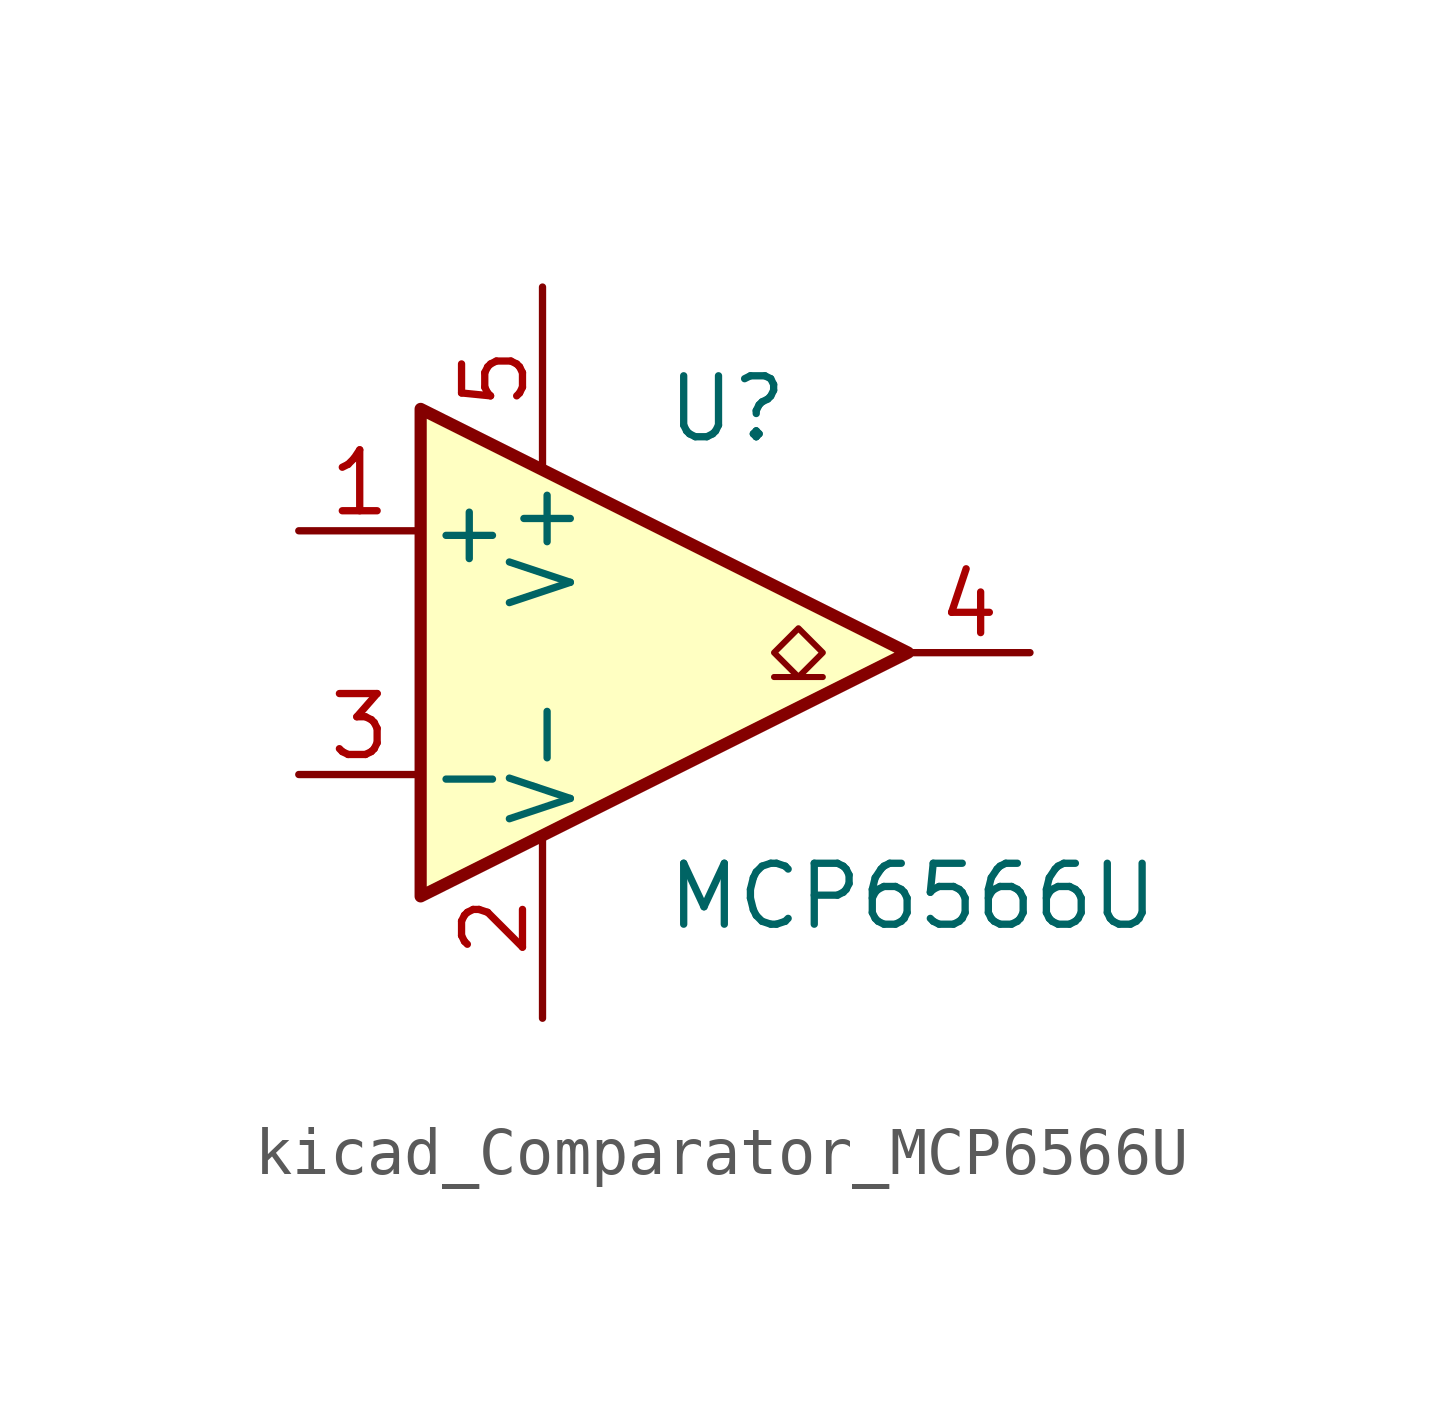
<source format=kicad_sym>
(kicad_symbol_lib
  (version 20220914)
  (generator kicad_symbol_editor)
  (symbol "kicad_Comparator_MCP6566U"
    (pin_names
      (offset 0.127))
    (property "Reference" "U"
      (at 0 5.08 0)
      (effects (font (size 1.27 1.27)) (justify left)))
    (property "Value" "MCP6566U"
      (at 0 -5.08 0)
      (effects (font (size 1.27 1.27)) (justify left)))
    (symbol "kicad_Comparator_MCP6566U_0_1"
      (polyline (pts (xy -5.08 5.08) (xy 5.08 0) (xy -5.08 -5.08) (xy -5.08 5.08)) (stroke (width 0.254) (type default)) (fill (type background)))
      (polyline (pts (xy 3.302 -0.508) (xy 2.794 -0.508) (xy 3.302 0) (xy 2.794 0.508) (xy 2.286 0) (xy 2.794 -0.508) (xy 2.286 -0.508)) (stroke (width 0.127) (type default)) (fill (type none)))
      (pin power_in line (at -2.54 -7.62 90) (length 3.81) (name "V-" (effects (font (size 1.27 1.27)))) (number "2" (effects (font (size 1.27 1.27)))))
      (pin power_in line (at -2.54 7.62 270) (length 3.81) (name "V+" (effects (font (size 1.27 1.27)))) (number "5" (effects (font (size 1.27 1.27))))))
    (symbol "kicad_Comparator_MCP6566U_1_1"
      (pin input line (at -7.62 2.54 0) (length 2.54) (name "+" (effects (font (size 1.27 1.27)))) (number "1" (effects (font (size 1.27 1.27)))))
      (pin input line (at -7.62 -2.54 0) (length 2.54) (name "-" (effects (font (size 1.27 1.27)))) (number "3" (effects (font (size 1.27 1.27)))))
      (pin open_collector line (at 7.62 0 180) (length 2.54) (name "~" (effects (font (size 1.27 1.27)))) (number "4" (effects (font (size 1.27 1.27))))))))
</source>
